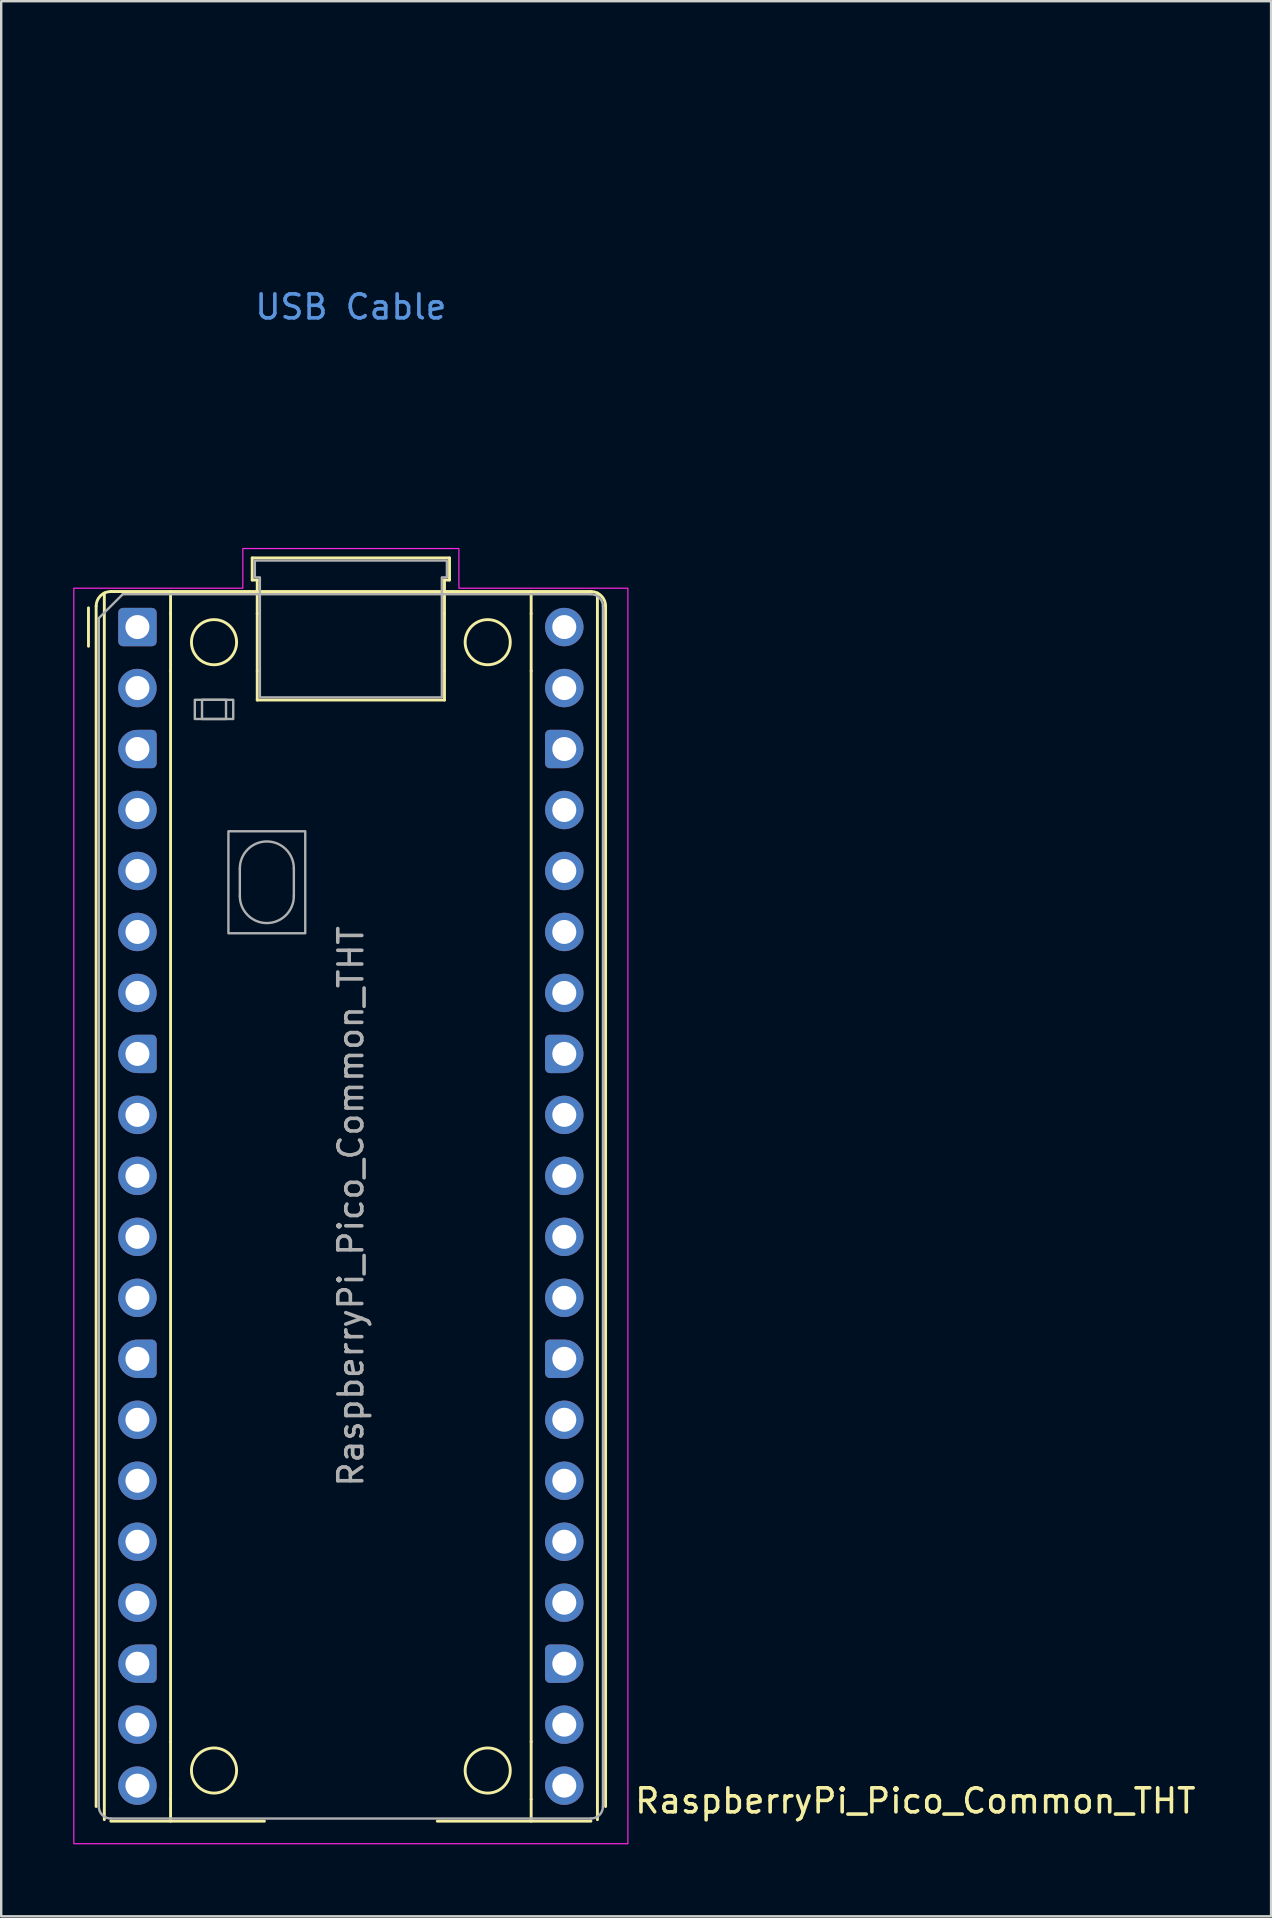
<source format=kicad_pcb>
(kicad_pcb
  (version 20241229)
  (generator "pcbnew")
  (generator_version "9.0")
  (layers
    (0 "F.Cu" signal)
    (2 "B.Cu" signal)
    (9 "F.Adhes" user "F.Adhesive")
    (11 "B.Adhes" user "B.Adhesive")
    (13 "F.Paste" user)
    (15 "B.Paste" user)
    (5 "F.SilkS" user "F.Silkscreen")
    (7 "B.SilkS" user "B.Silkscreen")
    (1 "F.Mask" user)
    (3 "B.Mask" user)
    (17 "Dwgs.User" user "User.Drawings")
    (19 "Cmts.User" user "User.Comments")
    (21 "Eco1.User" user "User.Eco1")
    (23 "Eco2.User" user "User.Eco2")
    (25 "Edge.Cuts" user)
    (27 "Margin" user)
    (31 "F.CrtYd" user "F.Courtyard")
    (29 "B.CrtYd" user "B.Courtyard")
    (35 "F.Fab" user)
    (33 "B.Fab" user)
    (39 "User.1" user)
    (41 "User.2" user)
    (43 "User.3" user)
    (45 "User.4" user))
  (footprint "RaspberryPi_Pico_Common_THT"
    (layer "F.Cu")
    (at 11.565 47.2)
    (property "Reference" "RaspberryPi_Pico_Common_THT" (at 11.748 24.765 0) (unlocked yes) (layer "F.SilkS") (effects (font (size 1 1) (thickness 0.15)) (justify left)))
    (attr through_hole)
    (fp_line (start -10.93 -23.33) (end -10.93 -24.93) (stroke (width 0.12) (type solid)) (layer "F.SilkS"))
    (fp_line (start -10.61 -25) (end -10.61 25) (stroke (width 0.12) (type solid)) (layer "F.SilkS"))
    (fp_line (start -10.27 -25.547) (end -10.27 25.547) (stroke (width 0.12) (type solid)) (layer "F.SilkS"))
    (fp_line (start -10 -25.61) (end -7.51 -25.61) (stroke (width 0.12) (type solid)) (layer "F.SilkS"))
    (fp_line (start -10 25.61) (end -3.6 25.61) (stroke (width 0.12) (type solid)) (layer "F.SilkS"))
    (fp_line (start -7.51 -25.61) (end -7.51 -24.696) (stroke (width 0.12) (type solid)) (layer "F.SilkS"))
    (fp_line (start -7.51 -25.61) (end -4.235 -25.61) (stroke (width 0.12) (type solid)) (layer "F.SilkS"))
    (fp_line (start -7.51 -24.696) (end -7.51 -22.304) (stroke (width 0.12) (type solid)) (layer "F.SilkS"))
    (fp_line (start -7.51 -22.304) (end -7.51 22.304) (stroke (width 0.12) (type solid)) (layer "F.SilkS"))
    (fp_line (start -7.51 22.304) (end -7.51 24.696) (stroke (width 0.12) (type solid)) (layer "F.SilkS"))
    (fp_line (start -7.51 24.696) (end -7.51 25.61) (stroke (width 0.12) (type solid)) (layer "F.SilkS"))
    (fp_line (start -4.235 -25.61) (end 4.235 -25.61) (stroke (width 0.12) (type solid)) (layer "F.SilkS"))
    (fp_line (start -4.11 -27.01) (end -4.11 -26.09) (stroke (width 0.12) (type solid)) (layer "F.SilkS"))
    (fp_line (start -4.11 -27.01) (end 4.11 -27.01) (stroke (width 0.12) (type solid)) (layer "F.SilkS"))
    (fp_line (start -4.11 -26.09) (end -3.9 -26.09) (stroke (width 0.12) (type solid)) (layer "F.SilkS"))
    (fp_line (start -3.9 -26.09) (end -3.9 -24.694) (stroke (width 0.12) (type solid)) (layer "F.SilkS"))
    (fp_line (start -3.9 -24.694) (end -3.9 -22.306) (stroke (width 0.12) (type default)) (layer "F.SilkS"))
    (fp_line (start -3.9 -22.306) (end -3.9 -21.09) (stroke (width 0.12) (type solid)) (layer "F.SilkS"))
    (fp_line (start 3.6 25.61) (end 10 25.61) (stroke (width 0.12) (type solid)) (layer "F.SilkS"))
    (fp_line (start 3.9 -26.09) (end 3.9 -24.694) (stroke (width 0.12) (type solid)) (layer "F.SilkS"))
    (fp_line (start 3.9 -24.694) (end 3.9 -22.306) (stroke (width 0.12) (type default)) (layer "F.SilkS"))
    (fp_line (start 3.9 -22.306) (end 3.9 -21.09) (stroke (width 0.12) (type solid)) (layer "F.SilkS"))
    (fp_line (start 3.9 -21.09) (end -3.9 -21.09) (stroke (width 0.12) (type solid)) (layer "F.SilkS"))
    (fp_line (start 4.11 -27.01) (end 4.11 -26.09) (stroke (width 0.12) (type solid)) (layer "F.SilkS"))
    (fp_line (start 4.11 -26.09) (end 3.9 -26.09) (stroke (width 0.12) (type solid)) (layer "F.SilkS"))
    (fp_line (start 4.235 -25.61) (end 7.51 -25.61) (stroke (width 0.12) (type solid)) (layer "F.SilkS"))
    (fp_line (start 7.51 -25.61) (end 7.51 -24.696) (stroke (width 0.12) (type solid)) (layer "F.SilkS"))
    (fp_line (start 7.51 -24.696) (end 7.51 -22.304) (stroke (width 0.12) (type solid)) (layer "F.SilkS"))
    (fp_line (start 7.51 -22.304) (end 7.51 22.304) (stroke (width 0.12) (type solid)) (layer "F.SilkS"))
    (fp_line (start 7.51 22.304) (end 7.51 24.696) (stroke (width 0.12) (type solid)) (layer "F.SilkS"))
    (fp_line (start 7.51 24.696) (end 7.51 25.61) (stroke (width 0.12) (type solid)) (layer "F.SilkS"))
    (fp_line (start 10 -25.61) (end 7.51 -25.61) (stroke (width 0.12) (type solid)) (layer "F.SilkS"))
    (fp_line (start 10.27 25.547) (end 10.27 -25.547) (stroke (width 0.12) (type solid)) (layer "F.SilkS"))
    (fp_line (start 10.61 -25) (end 10.61 25) (stroke (width 0.12) (type solid)) (layer "F.SilkS"))
    (fp_arc (start -10.61 -25) (mid -10.431335 -25.431335) (end -10 -25.61) (stroke (width 0.12) (type solid)) (layer "F.SilkS"))
    (fp_arc (start 10 -25.61) (mid 10.431335 -25.431335) (end 10.61 -25) (stroke (width 0.12) (type solid)) (layer "F.SilkS"))
    (fp_circle (center -5.7 -23.5) (end -4.76 -23.5) (stroke (width 0.12) (type solid)) (fill no) (layer "F.SilkS"))
    (fp_circle (center -5.7 23.5) (end -4.76 23.5) (stroke (width 0.12) (type solid)) (fill no) (layer "F.SilkS"))
    (fp_circle (center 5.7 -23.5) (end 6.64 -23.5) (stroke (width 0.12) (type solid)) (fill no) (layer "F.SilkS"))
    (fp_circle (center 5.7 23.5) (end 6.64 23.5) (stroke (width 0.12) (type solid)) (fill no) (layer "F.SilkS"))
    (fp_poly (pts (xy -4.5 -27.4) (xy 4.5 -27.4) (xy 4.5 -25.75) (xy 11.54 -25.75) (xy 11.54 26.55) (xy -11.54 26.55) (xy -11.54 -25.75) (xy -4.5 -25.75)) (stroke (width 0.05) (type solid)) (fill no) (layer "F.CrtYd"))
    (fp_line (start -10.5 -24.5) (end -9.5 -25.5) (stroke (width 0.1) (type solid)) (layer "F.Fab"))
    (fp_line (start -10.5 25) (end -10.5 -24.5) (stroke (width 0.1) (type solid)) (layer "F.Fab"))
    (fp_line (start -9.5 -25.5) (end 10 -25.5) (stroke (width 0.1) (type solid)) (layer "F.Fab"))
    (fp_line (start -4.625 -14.075) (end -4.625 -12.925) (stroke (width 0.1) (type solid)) (layer "F.Fab"))
    (fp_line (start -2.375 -14.075) (end -2.375 -12.925) (stroke (width 0.1) (type solid)) (layer "F.Fab"))
    (fp_line (start 10 25.5) (end -10 25.5) (stroke (width 0.1) (type solid)) (layer "F.Fab"))
    (fp_line (start 10.5 -25) (end 10.5 25) (stroke (width 0.1) (type solid)) (layer "F.Fab"))
    (fp_rect (start -6.5 -21.1) (end -4.9 -20.3) (stroke (width 0.1) (type solid)) (fill no) (layer "F.Fab"))
    (fp_rect (start -6.2 -21.1) (end -5.2 -20.3) (stroke (width 0.1) (type solid)) (fill no) (layer "F.Fab"))
    (fp_rect (start -5.1 -15.625) (end -1.9 -11.375) (stroke (width 0.1) (type solid)) (fill no) (layer "F.Fab"))
    (fp_arc (start -10 25.5) (mid -10.353553 25.353553) (end -10.5 25) (stroke (width 0.1) (type solid)) (layer "F.Fab"))
    (fp_arc (start -4.625 -14.075) (mid -3.5 -15.2) (end -2.375 -14.075) (stroke (width 0.1) (type solid)) (layer "F.Fab"))
    (fp_arc (start -2.375 -12.925) (mid -3.5 -11.8) (end -4.625 -12.925) (stroke (width 0.1) (type solid)) (layer "F.Fab"))
    (fp_arc (start 10 -25.5) (mid 10.353553 -25.353553) (end 10.5 -25) (stroke (width 0.1) (type solid)) (layer "F.Fab"))
    (fp_arc (start 10.5 25) (mid 10.353553 25.353553) (end 10 25.5) (stroke (width 0.1) (type solid)) (layer "F.Fab"))
    (fp_poly (pts (xy 3.79 -21.2) (xy 3.79 -26.2) (xy 4 -26.2) (xy 4 -26.9) (xy -4 -26.9) (xy -4 -26.2) (xy -3.79 -26.2) (xy -3.79 -21.2)) (stroke (width 0.1) (type solid)) (fill no) (layer "F.Fab"))
    (fp_text user "USB Cable" (at 0 -37.465 0) (unlocked yes) (layer "Cmts.User") (effects (font (size 1 1) (thickness 0.15))))
    (fp_text user "${REFERENCE}" (at 0 0 90) (layer "F.Fab") (effects (font (size 1 1) (thickness 0.15))))
    (pad "1" thru_hole roundrect (at -8.89 -24.13) (size 1.6 1.6) (drill 1) (layers "*.Cu" "*.Mask") (roundrect_rratio 0.125))
    (pad "2" thru_hole circle (at -8.89 -21.59) (size 1.6 1.6) (drill 1) (layers "*.Cu" "*.Mask"))
    (pad "3" thru_hole custom (at -8.89 -19.05) (size 1.6 1.6) (drill 1) (layers "*.Cu" "*.Mask") (options (anchor circle)) (primitives (gr_poly (pts (xy 0.8 0.6) (xy 0.8 -0.6) (xy 0.6 -0.8) (xy 0 -0.8) (xy 0 0.8) (xy 0.6 0.8)) (width 0) (fill yes)) (gr_circle (center 0.6 0.6) (end 0.8 0.6) (width 0) (fill yes)) (gr_circle (center 0.6 -0.6) (end 0.8 -0.6) (width 0) (fill yes))))
    (pad "4" thru_hole circle (at -8.89 -16.51) (size 1.6 1.6) (drill 1) (layers "*.Cu" "*.Mask"))
    (pad "5" thru_hole circle (at -8.89 -13.97) (size 1.6 1.6) (drill 1) (layers "*.Cu" "*.Mask"))
    (pad "6" thru_hole circle (at -8.89 -11.43) (size 1.6 1.6) (drill 1) (layers "*.Cu" "*.Mask"))
    (pad "7" thru_hole circle (at -8.89 -8.89) (size 1.6 1.6) (drill 1) (layers "*.Cu" "*.Mask"))
    (pad "8" thru_hole custom (at -8.89 -6.35) (size 1.6 1.6) (drill 1) (layers "*.Cu" "*.Mask") (options (anchor circle)) (primitives (gr_poly (pts (xy 0.8 0.6) (xy 0.8 -0.6) (xy 0.6 -0.8) (xy 0 -0.8) (xy 0 0.8) (xy 0.6 0.8)) (width 0) (fill yes)) (gr_circle (center 0.6 0.6) (end 0.8 0.6) (width 0) (fill yes)) (gr_circle (center 0.6 -0.6) (end 0.8 -0.6) (width 0) (fill yes))))
    (pad "9" thru_hole circle (at -8.89 -3.81) (size 1.6 1.6) (drill 1) (layers "*.Cu" "*.Mask"))
    (pad "10" thru_hole circle (at -8.89 -1.27) (size 1.6 1.6) (drill 1) (layers "*.Cu" "*.Mask"))
    (pad "11" thru_hole circle (at -8.89 1.27) (size 1.6 1.6) (drill 1) (layers "*.Cu" "*.Mask"))
    (pad "12" thru_hole circle (at -8.89 3.81) (size 1.6 1.6) (drill 1) (layers "*.Cu" "*.Mask"))
    (pad "13" thru_hole custom (at -8.89 6.35) (size 1.6 1.6) (drill 1) (layers "*.Cu" "*.Mask") (options (anchor circle)) (primitives (gr_poly (pts (xy 0.8 0.6) (xy 0.8 -0.6) (xy 0.6 -0.8) (xy 0 -0.8) (xy 0 0.8) (xy 0.6 0.8)) (width 0) (fill yes)) (gr_circle (center 0.6 0.6) (end 0.8 0.6) (width 0) (fill yes)) (gr_circle (center 0.6 -0.6) (end 0.8 -0.6) (width 0) (fill yes))))
    (pad "14" thru_hole circle (at -8.89 8.89) (size 1.6 1.6) (drill 1) (layers "*.Cu" "*.Mask"))
    (pad "15" thru_hole circle (at -8.89 11.43) (size 1.6 1.6) (drill 1) (layers "*.Cu" "*.Mask"))
    (pad "16" thru_hole circle (at -8.89 13.97) (size 1.6 1.6) (drill 1) (layers "*.Cu" "*.Mask"))
    (pad "17" thru_hole circle (at -8.89 16.51) (size 1.6 1.6) (drill 1) (layers "*.Cu" "*.Mask"))
    (pad "18" thru_hole custom (at -8.89 19.05) (size 1.6 1.6) (drill 1) (layers "*.Cu" "*.Mask") (options (anchor circle)) (primitives (gr_poly (pts (xy 0.8 0.6) (xy 0.8 -0.6) (xy 0.6 -0.8) (xy 0 -0.8) (xy 0 0.8) (xy 0.6 0.8)) (width 0) (fill yes)) (gr_circle (center 0.6 0.6) (end 0.8 0.6) (width 0) (fill yes)) (gr_circle (center 0.6 -0.6) (end 0.8 -0.6) (width 0) (fill yes))))
    (pad "19" thru_hole circle (at -8.89 21.59) (size 1.6 1.6) (drill 1) (layers "*.Cu" "*.Mask"))
    (pad "20" thru_hole circle (at -8.89 24.13) (size 1.6 1.6) (drill 1) (layers "*.Cu" "*.Mask"))
    (pad "21" thru_hole circle (at 8.89 24.13) (size 1.6 1.6) (drill 1) (layers "*.Cu" "*.Mask"))
    (pad "22" thru_hole circle (at 8.89 21.59) (size 1.6 1.6) (drill 1) (layers "*.Cu" "*.Mask"))
    (pad "23" thru_hole custom (at 8.89 19.05) (size 1.6 1.6) (drill 1) (layers "*.Cu" "*.Mask") (options (anchor circle)) (primitives (gr_poly (pts (xy -0.8 0.6) (xy -0.8 -0.6) (xy -0.6 -0.8) (xy 0 -0.8) (xy 0 0.8) (xy -0.6 0.8)) (width 0) (fill yes)) (gr_circle (center -0.6 0.6) (end -0.4 0.6) (width 0) (fill yes)) (gr_circle (center -0.6 -0.6) (end -0.4 -0.6) (width 0) (fill yes))))
    (pad "24" thru_hole circle (at 8.89 16.51) (size 1.6 1.6) (drill 1) (layers "*.Cu" "*.Mask"))
    (pad "25" thru_hole circle (at 8.89 13.97) (size 1.6 1.6) (drill 1) (layers "*.Cu" "*.Mask"))
    (pad "26" thru_hole circle (at 8.89 11.43) (size 1.6 1.6) (drill 1) (layers "*.Cu" "*.Mask"))
    (pad "27" thru_hole circle (at 8.89 8.89) (size 1.6 1.6) (drill 1) (layers "*.Cu" "*.Mask"))
    (pad "28" thru_hole custom (at 8.89 6.35) (size 1.6 1.6) (drill 1) (layers "*.Cu" "*.Mask") (options (anchor circle)) (primitives (gr_poly (pts (xy -0.8 0.6) (xy -0.8 -0.6) (xy -0.6 -0.8) (xy 0 -0.8) (xy 0 0.8) (xy -0.6 0.8)) (width 0) (fill yes)) (gr_circle (center -0.6 0.6) (end -0.4 0.6) (width 0) (fill yes)) (gr_circle (center -0.6 -0.6) (end -0.4 -0.6) (width 0) (fill yes))))
    (pad "29" thru_hole circle (at 8.89 3.81) (size 1.6 1.6) (drill 1) (layers "*.Cu" "*.Mask"))
    (pad "30" thru_hole circle (at 8.89 1.27) (size 1.6 1.6) (drill 1) (layers "*.Cu" "*.Mask"))
    (pad "31" thru_hole circle (at 8.89 -1.27) (size 1.6 1.6) (drill 1) (layers "*.Cu" "*.Mask"))
    (pad "32" thru_hole circle (at 8.89 -3.81) (size 1.6 1.6) (drill 1) (layers "*.Cu" "*.Mask"))
    (pad "33" thru_hole custom (at 8.89 -6.35) (size 1.6 1.6) (drill 1) (layers "*.Cu" "*.Mask") (options (anchor circle)) (primitives (gr_poly (pts (xy -0.8 0.6) (xy -0.8 -0.6) (xy -0.6 -0.8) (xy 0 -0.8) (xy 0 0.8) (xy -0.6 0.8)) (width 0) (fill yes)) (gr_circle (center -0.6 0.6) (end -0.4 0.6) (width 0) (fill yes)) (gr_circle (center -0.6 -0.6) (end -0.4 -0.6) (width 0) (fill yes))))
    (pad "34" thru_hole circle (at 8.89 -8.89) (size 1.6 1.6) (drill 1) (layers "*.Cu" "*.Mask"))
    (pad "35" thru_hole circle (at 8.89 -11.43) (size 1.6 1.6) (drill 1) (layers "*.Cu" "*.Mask"))
    (pad "36" thru_hole circle (at 8.89 -13.97) (size 1.6 1.6) (drill 1) (layers "*.Cu" "*.Mask"))
    (pad "37" thru_hole circle (at 8.89 -16.51) (size 1.6 1.6) (drill 1) (layers "*.Cu" "*.Mask"))
    (pad "38" thru_hole custom (at 8.89 -19.05) (size 1.6 1.6) (drill 1) (layers "*.Cu" "*.Mask") (options (anchor circle)) (primitives (gr_poly (pts (xy -0.8 0.6) (xy -0.8 -0.6) (xy -0.6 -0.8) (xy 0 -0.8) (xy 0 0.8) (xy -0.6 0.8)) (width 0) (fill yes)) (gr_circle (center -0.6 0.6) (end -0.4 0.6) (width 0) (fill yes)) (gr_circle (center -0.6 -0.6) (end -0.4 -0.6) (width 0) (fill yes))))
    (pad "39" thru_hole circle (at 8.89 -21.59) (size 1.6 1.6) (drill 1) (layers "*.Cu" "*.Mask"))
    (pad "40" thru_hole circle (at 8.89 -24.13) (size 1.6 1.6) (drill 1) (layers "*.Cu" "*.Mask"))
    (zone (net_name "") (layer "F.CrtYd") (name "USB Cable") (hatch edge 0.5) (connect_pads) (min_thickness 0.254) (filled_areas_thickness no) (keepout (tracks allowed) (vias allowed) (pads allowed) (copperpour allowed) (footprints allowed)) (placement (enabled no)) (fill) (polygon (pts (xy 5.815 19.5) (xy 7.625 19.5) (xy 7.625 19.8) (xy 15.505 19.8) (xy 15.505 19.5) (xy 17.315 19.5) (xy 17.315 0) (xy 5.815 0)))))
  (gr_rect
    (start -3 -3)
    (end 49.896 76.775)
    (stroke (width 0.1) (type default))
    (fill no)
    (layer "Edge.Cuts")))
</source>
